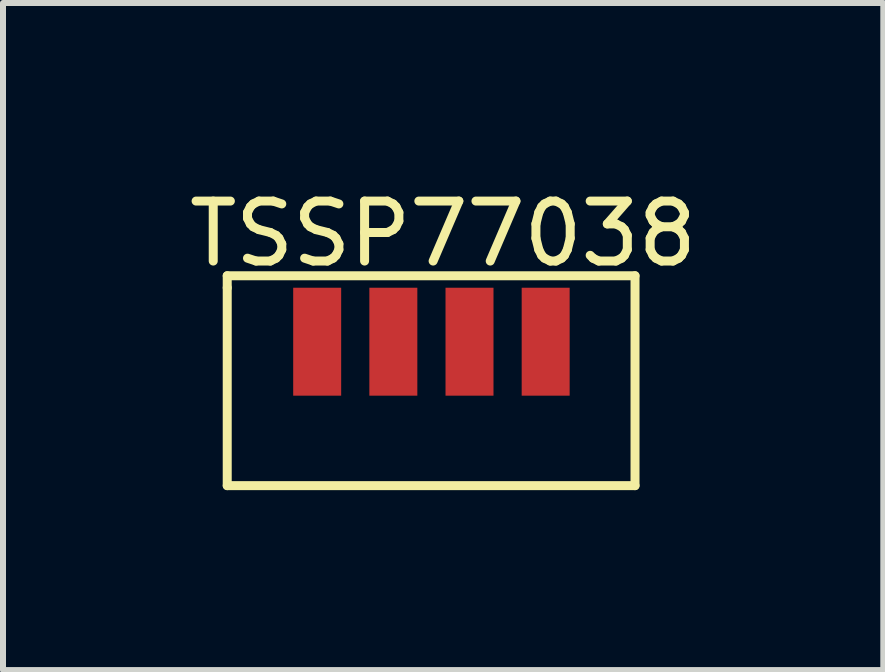
<source format=kicad_pcb>
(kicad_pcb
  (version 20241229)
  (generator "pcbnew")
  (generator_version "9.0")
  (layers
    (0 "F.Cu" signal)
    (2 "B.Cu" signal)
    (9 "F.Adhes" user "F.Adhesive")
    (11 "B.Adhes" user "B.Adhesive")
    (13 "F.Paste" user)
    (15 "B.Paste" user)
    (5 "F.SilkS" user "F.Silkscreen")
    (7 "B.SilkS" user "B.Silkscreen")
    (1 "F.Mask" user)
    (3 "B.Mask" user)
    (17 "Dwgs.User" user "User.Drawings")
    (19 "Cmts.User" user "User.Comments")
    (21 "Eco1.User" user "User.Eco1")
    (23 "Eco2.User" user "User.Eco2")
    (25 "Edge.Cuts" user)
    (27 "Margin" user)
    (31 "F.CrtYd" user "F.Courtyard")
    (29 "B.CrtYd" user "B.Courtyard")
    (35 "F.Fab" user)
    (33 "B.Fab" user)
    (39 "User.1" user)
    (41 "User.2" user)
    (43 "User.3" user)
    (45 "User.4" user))
  (footprint "TSSP77038"
    (layer "F.Cu")
    (at 2.239 2.648)
    (property "Reference" "TSSP77038" (at 2.1 -1.8 0) (layer "F.SilkS") (effects (font (size 1 1) (thickness 0.15))))
    (attr through_hole)
    (fp_line (start -1.5 -1.1) (end -1.5 -0.9) (stroke (width 0.15) (type solid)) (layer "F.SilkS"))
    (fp_line (start -1.5 -0.9) (end -1.5 2.4) (stroke (width 0.15) (type solid)) (layer "F.SilkS"))
    (fp_line (start -1.5 2.4) (end 5.3 2.4) (stroke (width 0.15) (type solid)) (layer "F.SilkS"))
    (fp_line (start 5.3 -1.1) (end -1.5 -1.1) (stroke (width 0.15) (type solid)) (layer "F.SilkS"))
    (fp_line (start 5.3 2.4) (end 5.3 -1.1) (stroke (width 0.15) (type solid)) (layer "F.SilkS"))
    (pad "1" smd rect (at 0 0) (size 0.8 1.8) (layers "F.Cu" "F.Mask" "F.Paste"))
    (pad "2" smd rect (at 1.27 0) (size 0.8 1.8) (layers "F.Cu" "F.Mask" "F.Paste"))
    (pad "3" smd rect (at 2.54 0) (size 0.8 1.8) (layers "F.Cu" "F.Mask" "F.Paste"))
    (pad "4" smd rect (at 3.81 0) (size 0.8 1.8) (layers "F.Cu" "F.Mask" "F.Paste")))
  (gr_rect
    (start -3 -3)
    (end 11.679 8.123)
    (stroke (width 0.1) (type default))
    (fill no)
    (layer "Edge.Cuts")))
</source>
